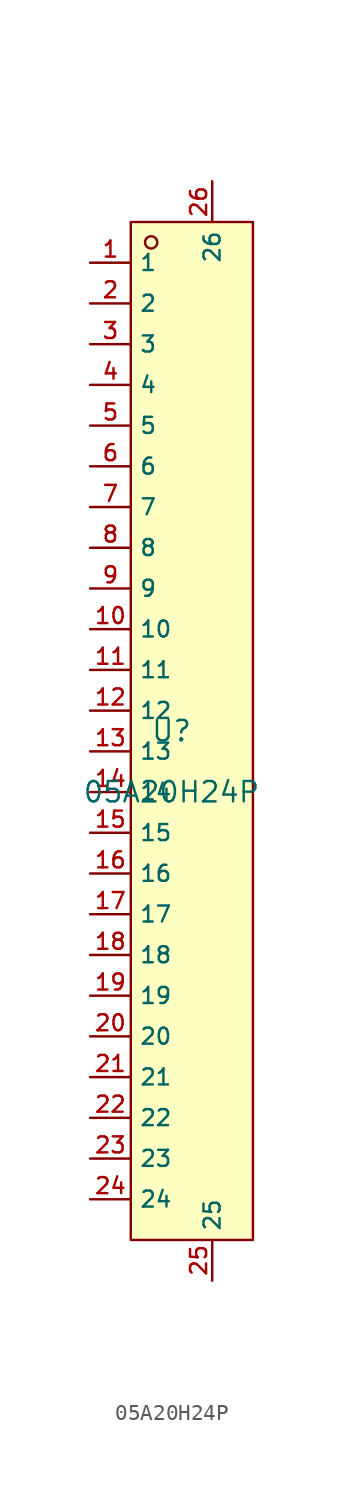
<source format=kicad_sym>
(kicad_symbol_lib
  (version 20210201)
  (generator TousstNicolas/JLC2KiCad_lib)
  (symbol "05A20H24P"
    (property "Reference" "U"
      (at 0 1.27 0)
      (effects (font (size 1.27 1.27))))
    (property "Value" "05A20H24P"
      (at 0 -2.54 0)
      (effects (font (size 1.27 1.27))))
    (symbol "05A20H24P_0_1"
      (pin unspecified line (at 2.54 35.56 270) (length 2.54) (name "26" (effects (font (size 1 1)))) (number "26" (effects (font (size 1 1)))))
      (pin unspecified line (at 2.54 -33.02 90) (length 2.54) (name "25" (effects (font (size 1 1)))) (number "25" (effects (font (size 1 1)))))
      (pin unspecified line (at -5.08 -27.94 0) (length 2.54) (name "24" (effects (font (size 1 1)))) (number "24" (effects (font (size 1 1)))))
      (pin unspecified line (at -5.08 -25.4 0) (length 2.54) (name "23" (effects (font (size 1 1)))) (number "23" (effects (font (size 1 1)))))
      (pin unspecified line (at -5.08 -22.86 0) (length 2.54) (name "22" (effects (font (size 1 1)))) (number "22" (effects (font (size 1 1)))))
      (pin unspecified line (at -5.08 -20.32 0) (length 2.54) (name "21" (effects (font (size 1 1)))) (number "21" (effects (font (size 1 1)))))
      (pin unspecified line (at -5.08 -17.78 0) (length 2.54) (name "20" (effects (font (size 1 1)))) (number "20" (effects (font (size 1 1)))))
      (pin unspecified line (at -5.08 -15.24 0) (length 2.54) (name "19" (effects (font (size 1 1)))) (number "19" (effects (font (size 1 1)))))
      (pin unspecified line (at -5.08 -12.7 0) (length 2.54) (name "18" (effects (font (size 1 1)))) (number "18" (effects (font (size 1 1)))))
      (pin unspecified line (at -5.08 -10.16 0) (length 2.54) (name "17" (effects (font (size 1 1)))) (number "17" (effects (font (size 1 1)))))
      (pin unspecified line (at -5.08 -7.62 0) (length 2.54) (name "16" (effects (font (size 1 1)))) (number "16" (effects (font (size 1 1)))))
      (pin unspecified line (at -5.08 -5.08 0) (length 2.54) (name "15" (effects (font (size 1 1)))) (number "15" (effects (font (size 1 1)))))
      (pin unspecified line (at -5.08 -2.54 0) (length 2.54) (name "14" (effects (font (size 1 1)))) (number "14" (effects (font (size 1 1)))))
      (pin unspecified line (at -5.08 -0.0 0) (length 2.54) (name "13" (effects (font (size 1 1)))) (number "13" (effects (font (size 1 1)))))
      (pin unspecified line (at -5.08 2.54 0) (length 2.54) (name "12" (effects (font (size 1 1)))) (number "12" (effects (font (size 1 1)))))
      (pin unspecified line (at -5.08 5.08 0) (length 2.54) (name "11" (effects (font (size 1 1)))) (number "11" (effects (font (size 1 1)))))
      (pin unspecified line (at -5.08 7.62 0) (length 2.54) (name "10" (effects (font (size 1 1)))) (number "10" (effects (font (size 1 1)))))
      (pin unspecified line (at -5.08 10.16 0) (length 2.54) (name "9" (effects (font (size 1 1)))) (number "9" (effects (font (size 1 1)))))
      (pin unspecified line (at -5.08 12.7 0) (length 2.54) (name "8" (effects (font (size 1 1)))) (number "8" (effects (font (size 1 1)))))
      (pin unspecified line (at -5.08 15.24 0) (length 2.54) (name "7" (effects (font (size 1 1)))) (number "7" (effects (font (size 1 1)))))
      (pin unspecified line (at -5.08 17.78 0) (length 2.54) (name "6" (effects (font (size 1 1)))) (number "6" (effects (font (size 1 1)))))
      (pin unspecified line (at -5.08 20.32 0) (length 2.54) (name "5" (effects (font (size 1 1)))) (number "5" (effects (font (size 1 1)))))
      (pin unspecified line (at -5.08 22.86 0) (length 2.54) (name "4" (effects (font (size 1 1)))) (number "4" (effects (font (size 1 1)))))
      (pin unspecified line (at -5.08 25.4 0) (length 2.54) (name "3" (effects (font (size 1 1)))) (number "3" (effects (font (size 1 1)))))
      (pin unspecified line (at -5.08 27.94 0) (length 2.54) (name "2" (effects (font (size 1 1)))) (number "2" (effects (font (size 1 1)))))
      (pin unspecified line (at -5.08 30.48 0) (length 2.54) (name "1" (effects (font (size 1 1)))) (number "1" (effects (font (size 1 1)))))
      (circle (center -1.27 31.75) (radius 0.381) (stroke (width 0) (type default) (color 0 0 0 0)) (fill (type background)))
      (rectangle (start -2.54 33.02) (end 5.08 -30.48) (stroke (width 0) (type default) (color 0 0 0 0)) (fill (type background))))))
</source>
